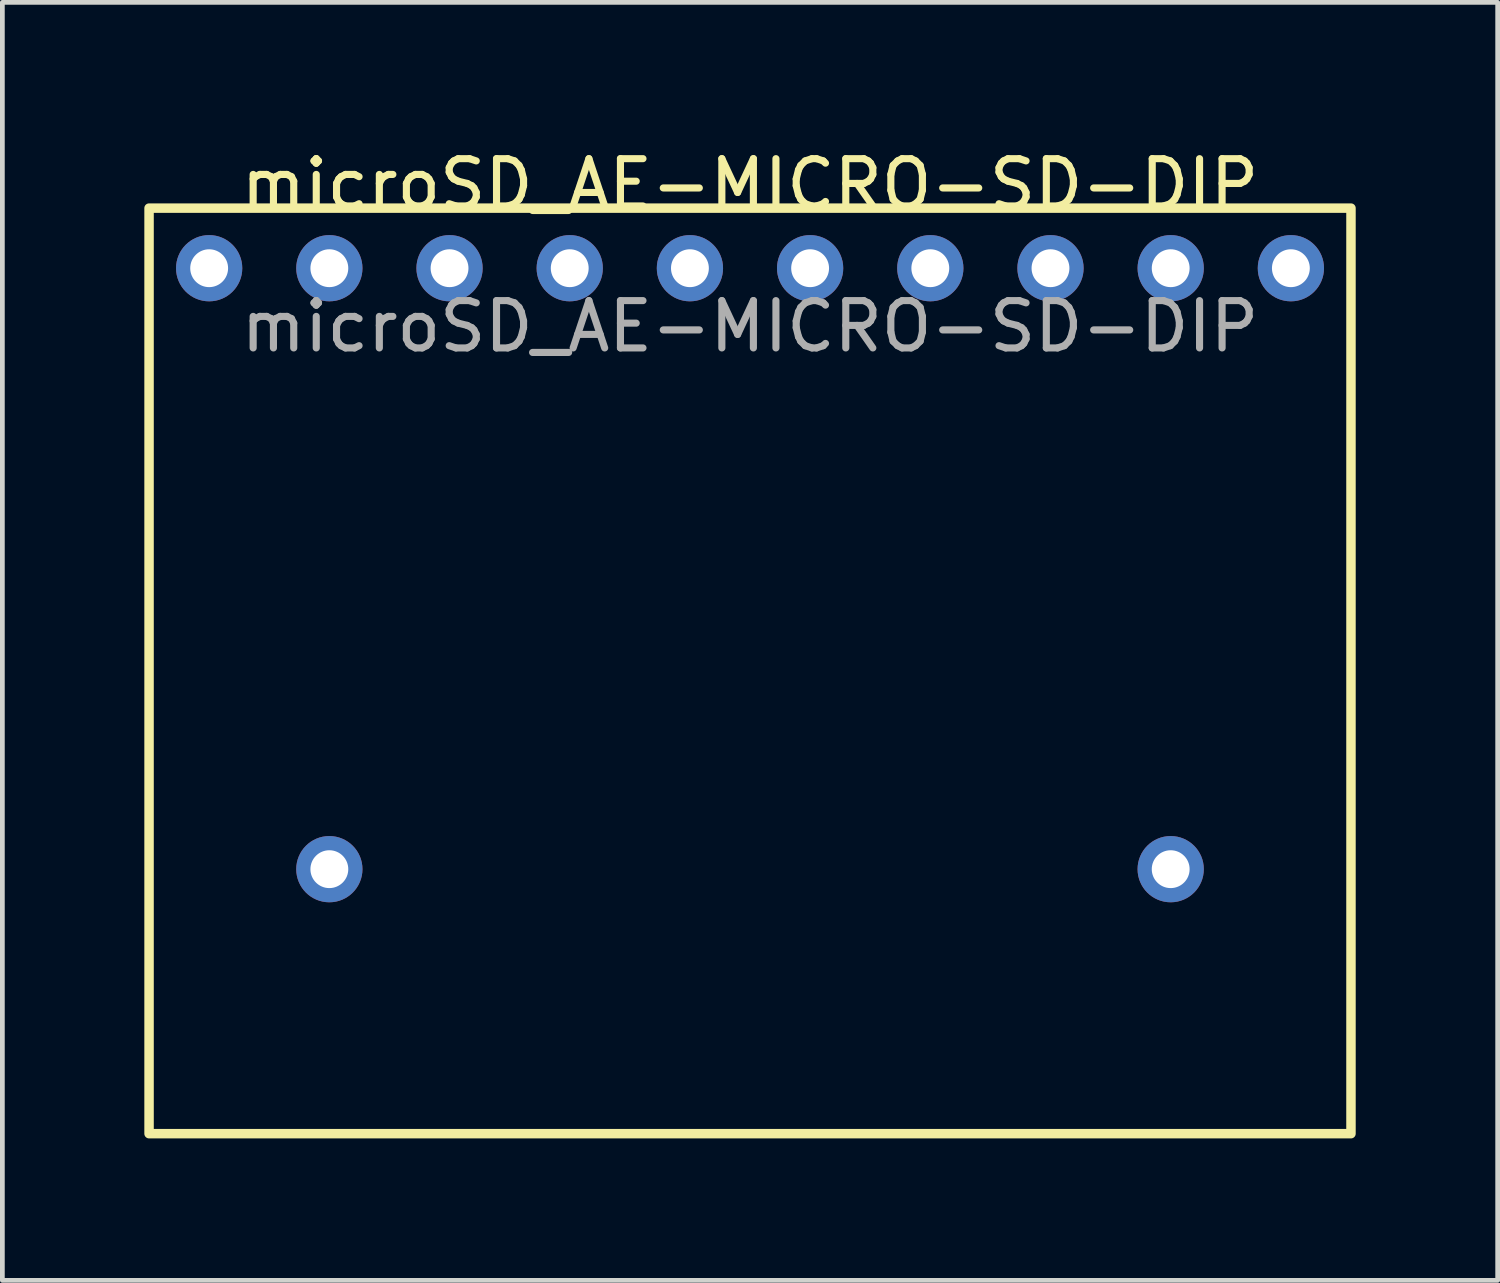
<source format=kicad_pcb>
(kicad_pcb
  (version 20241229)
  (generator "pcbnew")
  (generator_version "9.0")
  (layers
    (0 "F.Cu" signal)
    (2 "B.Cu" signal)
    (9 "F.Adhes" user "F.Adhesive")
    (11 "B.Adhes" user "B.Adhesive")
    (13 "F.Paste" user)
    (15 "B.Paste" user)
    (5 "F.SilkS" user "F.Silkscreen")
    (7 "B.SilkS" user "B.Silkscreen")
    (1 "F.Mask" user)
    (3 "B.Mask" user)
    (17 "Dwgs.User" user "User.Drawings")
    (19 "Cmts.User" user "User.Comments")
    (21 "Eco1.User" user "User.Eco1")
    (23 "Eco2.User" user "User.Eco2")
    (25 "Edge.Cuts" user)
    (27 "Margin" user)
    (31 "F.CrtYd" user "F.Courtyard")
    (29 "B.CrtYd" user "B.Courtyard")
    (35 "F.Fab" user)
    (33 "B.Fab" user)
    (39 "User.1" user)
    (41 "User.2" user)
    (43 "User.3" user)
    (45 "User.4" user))
  (footprint "microSD_AE-MICRO-SD-DIP"
    (layer "F.Cu")
    (at 12.8 1.348)
    (property "Reference" "microSD_AE-MICRO-SD-DIP" (at 0 -0.5 0) (unlocked yes) (layer "F.SilkS") (effects (font (size 1 1) (thickness 0.15))))
    (attr smd)
    (fp_rect (start 12.7 19.56) (end -12.7 0) (stroke (width 0.2) (type solid)) (fill no) (layer "F.SilkS"))
    (fp_text user "${REFERENCE}" (at 0 2.5 0) (unlocked yes) (layer "F.Fab") (effects (font (size 1 1) (thickness 0.15))))
    (pad "1" thru_hole circle (at 11.43 1.27) (size 1.4 1.4) (drill 0.8) (layers "*.Cu" "*.Mask"))
    (pad "2" thru_hole circle (at 8.89 1.27) (size 1.4 1.4) (drill 0.8) (layers "*.Cu" "*.Mask"))
    (pad "3" thru_hole circle (at 6.35 1.27) (size 1.4 1.4) (drill 0.8) (layers "*.Cu" "*.Mask"))
    (pad "4" thru_hole circle (at 3.81 1.27) (size 1.4 1.4) (drill 0.8) (layers "*.Cu" "*.Mask"))
    (pad "5" thru_hole circle (at 1.27 1.27) (size 1.4 1.4) (drill 0.8) (layers "*.Cu" "*.Mask"))
    (pad "6" thru_hole circle (at -1.27 1.27) (size 1.4 1.4) (drill 0.8) (layers "*.Cu" "*.Mask"))
    (pad "7" thru_hole circle (at -3.81 1.27) (size 1.4 1.4) (drill 0.8) (layers "*.Cu" "*.Mask"))
    (pad "8" thru_hole circle (at -6.35 1.27) (size 1.4 1.4) (drill 0.8) (layers "*.Cu" "*.Mask"))
    (pad "9" thru_hole circle (at -8.89 1.27) (size 1.4 1.4) (drill 0.8) (layers "*.Cu" "*.Mask"))
    (pad "10" thru_hole circle (at -11.43 1.27) (size 1.4 1.4) (drill 0.8) (layers "*.Cu" "*.Mask"))
    (pad "11" thru_hole circle (at -8.89 13.97) (size 1.4 1.4) (drill 0.8) (layers "*.Cu" "*.Mask"))
    (pad "13" thru_hole circle (at 8.89 13.97) (size 1.4 1.4) (drill 0.8) (layers "*.Cu" "*.Mask")))
  (gr_rect
    (start -3 -3)
    (end 28.6 24.008)
    (stroke (width 0.1) (type default))
    (fill no)
    (layer "Edge.Cuts")))
</source>
